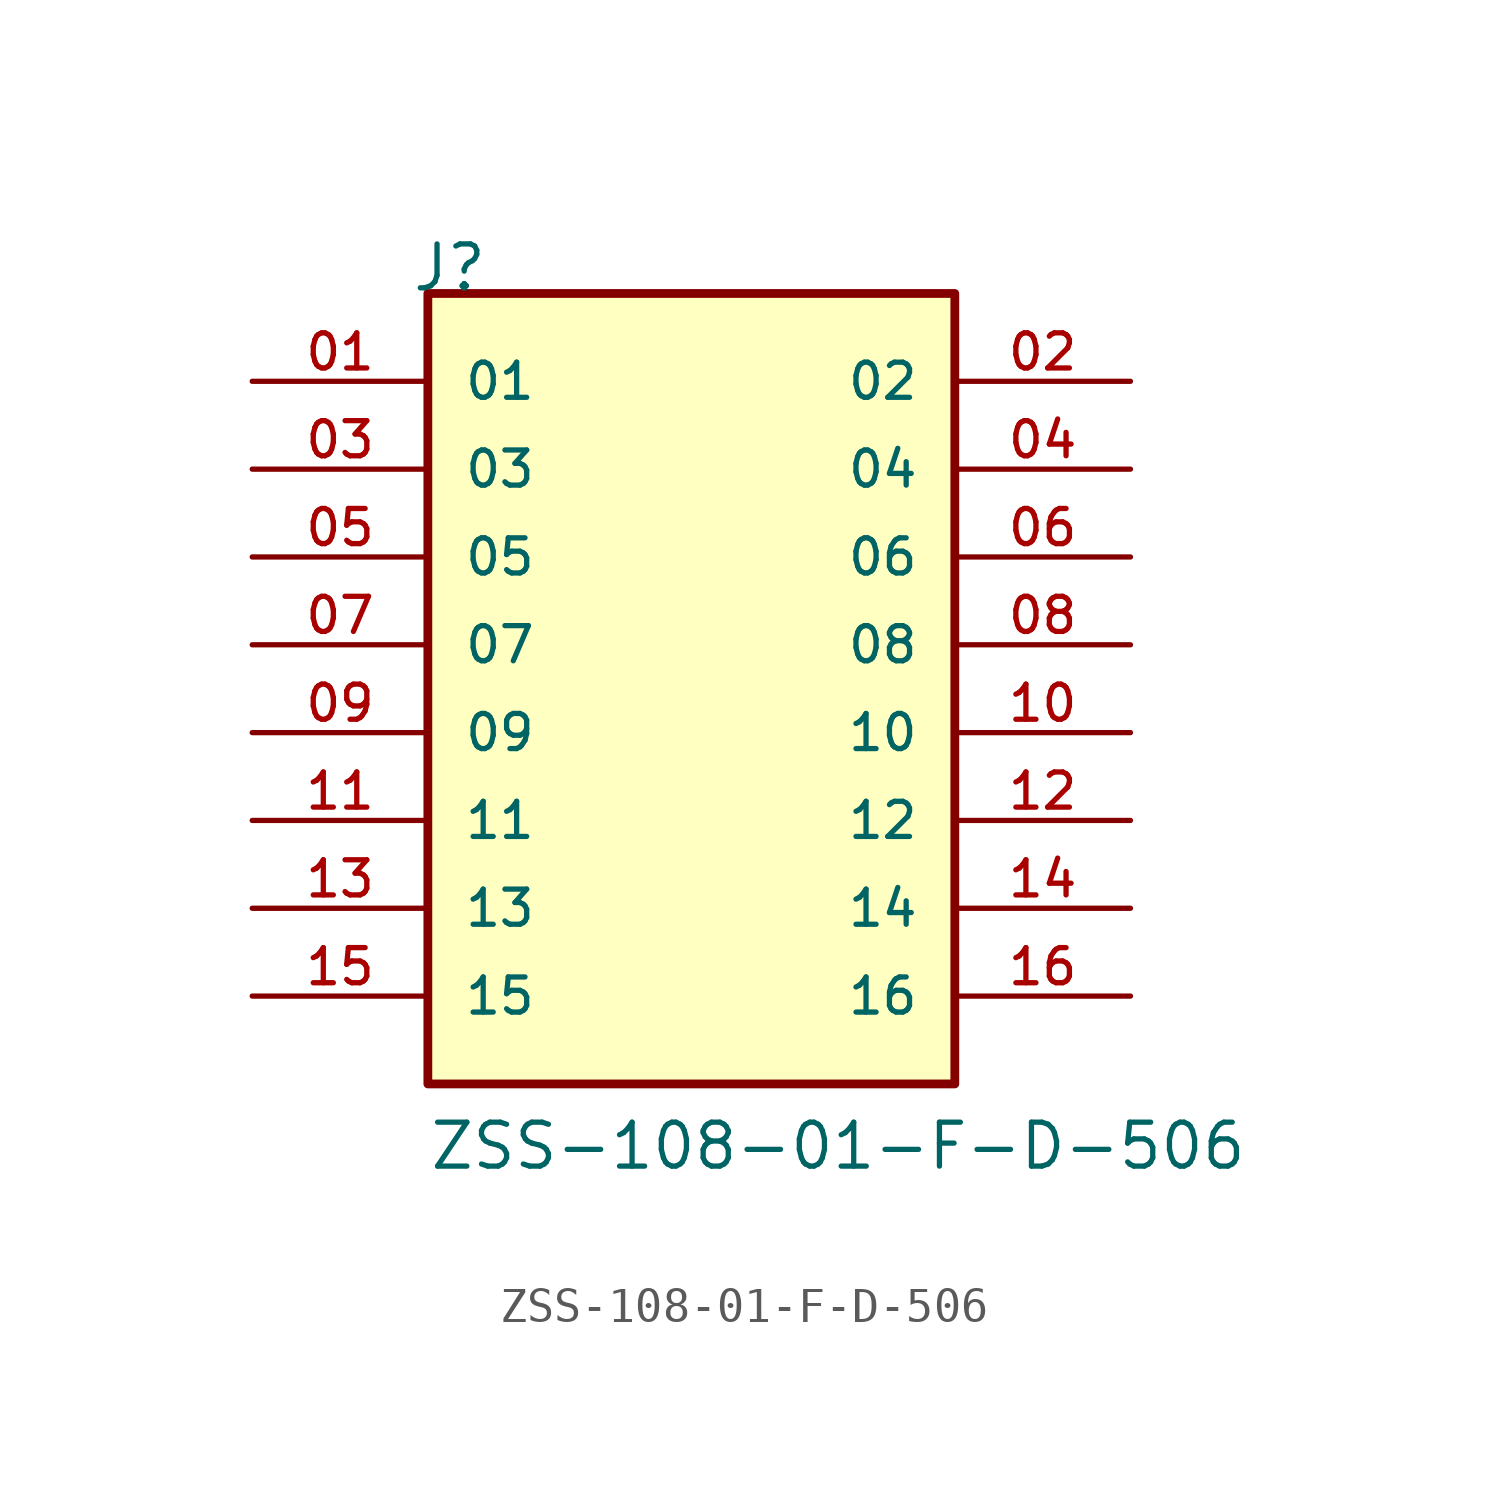
<source format=kicad_sym>
(kicad_symbol_lib
  (version 20211014)
  (generator kicad_symbol_editor)
  (symbol "ZSS-108-01-F-D-506"
    (pin_names
      (offset 1.016))
    (property "Reference" "J"
      (at -8.12 12.7 0)
      (effects (font (size 1.27 1.27)) (justify bottom left)))
    (property "Value" "ZSS-108-01-F-D-506"
      (at -7.62 -12.7 0)
      (effects (font (size 1.27 1.27)) (justify bottom left)))
    (symbol "ZSS-108-01-F-D-506_0_0"
      (rectangle (start -7.62 -10.16) (end 7.62 12.7) (stroke (width 0.254)) (fill (type background)))
      (pin passive line (at -12.7 10.16 0) (length 5.08) (name "01" (effects (font (size 1.016 1.016)))) (number "01" (effects (font (size 1.016 1.016)))))
      (pin passive line (at 12.7 10.16 180.0) (length 5.08) (name "02" (effects (font (size 1.016 1.016)))) (number "02" (effects (font (size 1.016 1.016)))))
      (pin passive line (at -12.7 7.62 0) (length 5.08) (name "03" (effects (font (size 1.016 1.016)))) (number "03" (effects (font (size 1.016 1.016)))))
      (pin passive line (at 12.7 7.62 180.0) (length 5.08) (name "04" (effects (font (size 1.016 1.016)))) (number "04" (effects (font (size 1.016 1.016)))))
      (pin passive line (at -12.7 5.08 0) (length 5.08) (name "05" (effects (font (size 1.016 1.016)))) (number "05" (effects (font (size 1.016 1.016)))))
      (pin passive line (at 12.7 5.08 180.0) (length 5.08) (name "06" (effects (font (size 1.016 1.016)))) (number "06" (effects (font (size 1.016 1.016)))))
      (pin passive line (at -12.7 2.54 0) (length 5.08) (name "07" (effects (font (size 1.016 1.016)))) (number "07" (effects (font (size 1.016 1.016)))))
      (pin passive line (at 12.7 2.54 180.0) (length 5.08) (name "08" (effects (font (size 1.016 1.016)))) (number "08" (effects (font (size 1.016 1.016)))))
      (pin passive line (at -12.7 0.0 0) (length 5.08) (name "09" (effects (font (size 1.016 1.016)))) (number "09" (effects (font (size 1.016 1.016)))))
      (pin passive line (at 12.7 0.0 180.0) (length 5.08) (name "10" (effects (font (size 1.016 1.016)))) (number "10" (effects (font (size 1.016 1.016)))))
      (pin passive line (at -12.7 -2.54 0) (length 5.08) (name "11" (effects (font (size 1.016 1.016)))) (number "11" (effects (font (size 1.016 1.016)))))
      (pin passive line (at 12.7 -2.54 180.0) (length 5.08) (name "12" (effects (font (size 1.016 1.016)))) (number "12" (effects (font (size 1.016 1.016)))))
      (pin passive line (at -12.7 -5.08 0) (length 5.08) (name "13" (effects (font (size 1.016 1.016)))) (number "13" (effects (font (size 1.016 1.016)))))
      (pin passive line (at 12.7 -5.08 180.0) (length 5.08) (name "14" (effects (font (size 1.016 1.016)))) (number "14" (effects (font (size 1.016 1.016)))))
      (pin passive line (at -12.7 -7.62 0) (length 5.08) (name "15" (effects (font (size 1.016 1.016)))) (number "15" (effects (font (size 1.016 1.016)))))
      (pin passive line (at 12.7 -7.62 180.0) (length 5.08) (name "16" (effects (font (size 1.016 1.016)))) (number "16" (effects (font (size 1.016 1.016))))))))
</source>
